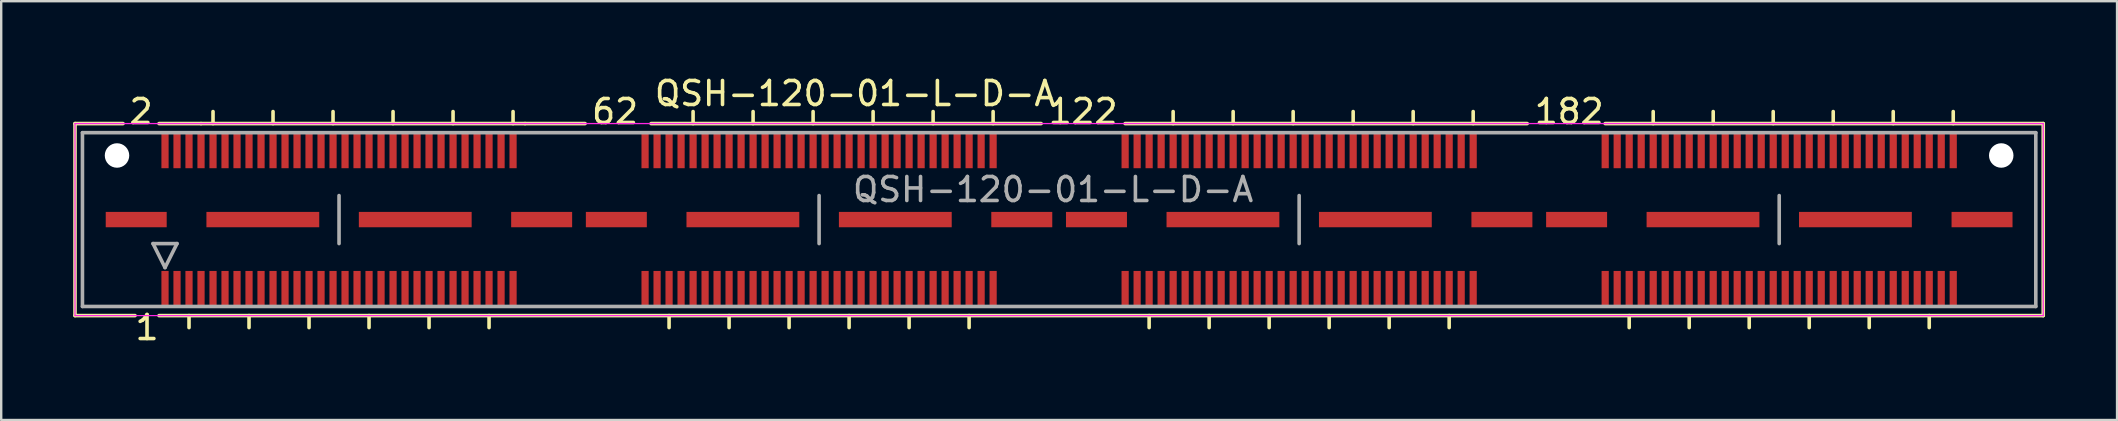
<source format=kicad_pcb>
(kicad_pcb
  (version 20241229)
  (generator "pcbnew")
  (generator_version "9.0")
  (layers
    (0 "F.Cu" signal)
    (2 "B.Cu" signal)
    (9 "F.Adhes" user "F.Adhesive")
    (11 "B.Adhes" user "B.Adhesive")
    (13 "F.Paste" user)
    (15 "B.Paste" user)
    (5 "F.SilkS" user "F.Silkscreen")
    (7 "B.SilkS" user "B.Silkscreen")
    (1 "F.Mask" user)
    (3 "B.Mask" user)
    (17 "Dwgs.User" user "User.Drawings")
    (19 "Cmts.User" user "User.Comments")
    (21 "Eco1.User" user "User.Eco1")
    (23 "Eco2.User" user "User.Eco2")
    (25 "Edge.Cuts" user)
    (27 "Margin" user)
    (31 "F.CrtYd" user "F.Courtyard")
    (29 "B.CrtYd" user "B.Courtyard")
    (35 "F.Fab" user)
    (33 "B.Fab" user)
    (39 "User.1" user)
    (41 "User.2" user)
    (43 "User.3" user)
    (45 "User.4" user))
  (footprint "QSH-120-01-L-D-A"
    (layer "F.Cu")
    (at 41.075 6.098)
    (property "Reference" "QSH-120-01-L-D-A" (at -8.5 -5.25 0) (layer "F.SilkS") (effects (font (size 1 1) (thickness 0.15))))
    (attr smd)
    (fp_line (start -41 -4) (end -41 4) (stroke (width 0.15) (type solid)) (layer "F.SilkS"))
    (fp_line (start -41 4) (end -38.5 4) (stroke (width 0.15) (type solid)) (layer "F.SilkS"))
    (fp_line (start -39 -4) (end -41 -4) (stroke (width 0.15) (type solid)) (layer "F.SilkS"))
    (fp_line (start -37.5 -4) (end -35.75 -4) (stroke (width 0.15) (type solid)) (layer "F.SilkS"))
    (fp_line (start -37.5 4) (end 41 4) (stroke (width 0.15) (type solid)) (layer "F.SilkS"))
    (fp_line (start -36.25 4) (end -36.25 4.5) (stroke (width 0.15) (type solid)) (layer "F.SilkS"))
    (fp_line (start -35.75 -4) (end -22.25 -4) (stroke (width 0.15) (type solid)) (layer "F.SilkS"))
    (fp_line (start -35.25 -4) (end -35.25 -4.5) (stroke (width 0.15) (type solid)) (layer "F.SilkS"))
    (fp_line (start -33.75 4) (end -33.75 4.5) (stroke (width 0.15) (type solid)) (layer "F.SilkS"))
    (fp_line (start -32.75 -4) (end -32.75 -4.5) (stroke (width 0.15) (type solid)) (layer "F.SilkS"))
    (fp_line (start -31.25 4) (end -31.25 4.5) (stroke (width 0.15) (type solid)) (layer "F.SilkS"))
    (fp_line (start -30.25 -4) (end -30.25 -4.5) (stroke (width 0.15) (type solid)) (layer "F.SilkS"))
    (fp_line (start -28.75 4) (end -28.75 4.5) (stroke (width 0.15) (type solid)) (layer "F.SilkS"))
    (fp_line (start -27.75 -4) (end -27.75 -4.5) (stroke (width 0.15) (type solid)) (layer "F.SilkS"))
    (fp_line (start -26.25 4) (end -26.25 4.5) (stroke (width 0.15) (type solid)) (layer "F.SilkS"))
    (fp_line (start -25.25 -4) (end -25.25 -4.5) (stroke (width 0.15) (type solid)) (layer "F.SilkS"))
    (fp_line (start -23.75 4) (end -23.75 4.5) (stroke (width 0.15) (type solid)) (layer "F.SilkS"))
    (fp_line (start -22.75 -4) (end -22.75 -4.5) (stroke (width 0.15) (type solid)) (layer "F.SilkS"))
    (fp_line (start -22.25 -4) (end -19.75 -4) (stroke (width 0.15) (type solid)) (layer "F.SilkS"))
    (fp_line (start -17 -4) (end -0.75 -4) (stroke (width 0.15) (type solid)) (layer "F.SilkS"))
    (fp_line (start -16.25 4) (end -16.25 4.5) (stroke (width 0.15) (type solid)) (layer "F.SilkS"))
    (fp_line (start -15.25 -4) (end -15.25 -4.5) (stroke (width 0.15) (type solid)) (layer "F.SilkS"))
    (fp_line (start -13.75 4) (end -13.75 4.5) (stroke (width 0.15) (type solid)) (layer "F.SilkS"))
    (fp_line (start -12.75 -4) (end -12.75 -4.5) (stroke (width 0.15) (type solid)) (layer "F.SilkS"))
    (fp_line (start -11.25 4) (end -11.25 4.5) (stroke (width 0.15) (type solid)) (layer "F.SilkS"))
    (fp_line (start -10.25 -4) (end -10.25 -4.5) (stroke (width 0.15) (type solid)) (layer "F.SilkS"))
    (fp_line (start -8.75 4) (end -8.75 4.5) (stroke (width 0.15) (type solid)) (layer "F.SilkS"))
    (fp_line (start -7.75 -4) (end -7.75 -4.5) (stroke (width 0.15) (type solid)) (layer "F.SilkS"))
    (fp_line (start -6.25 4) (end -6.25 4.5) (stroke (width 0.15) (type solid)) (layer "F.SilkS"))
    (fp_line (start -5.25 -4) (end -5.25 -4.5) (stroke (width 0.15) (type solid)) (layer "F.SilkS"))
    (fp_line (start -3.75 4.5) (end -3.75 4) (stroke (width 0.15) (type solid)) (layer "F.SilkS"))
    (fp_line (start -2.75 -4) (end -2.75 -4.5) (stroke (width 0.15) (type solid)) (layer "F.SilkS"))
    (fp_line (start 3.75 4) (end 3.75 4.5) (stroke (width 0.15) (type solid)) (layer "F.SilkS"))
    (fp_line (start 4.75 -4) (end 4.75 -4.5) (stroke (width 0.15) (type solid)) (layer "F.SilkS"))
    (fp_line (start 6.25 4) (end 6.25 4.5) (stroke (width 0.15) (type solid)) (layer "F.SilkS"))
    (fp_line (start 7.25 -4) (end 7.25 -4.5) (stroke (width 0.15) (type solid)) (layer "F.SilkS"))
    (fp_line (start 8.75 4) (end 8.75 4.5) (stroke (width 0.15) (type solid)) (layer "F.SilkS"))
    (fp_line (start 9.75 -4) (end 9.75 -4.5) (stroke (width 0.15) (type solid)) (layer "F.SilkS"))
    (fp_line (start 11.25 4) (end 11.25 4.5) (stroke (width 0.15) (type solid)) (layer "F.SilkS"))
    (fp_line (start 12.25 -4) (end 12.25 -4.5) (stroke (width 0.15) (type solid)) (layer "F.SilkS"))
    (fp_line (start 13.75 4) (end 13.75 4.5) (stroke (width 0.15) (type solid)) (layer "F.SilkS"))
    (fp_line (start 14.75 -4) (end 14.75 -4.5) (stroke (width 0.15) (type solid)) (layer "F.SilkS"))
    (fp_line (start 16.25 4) (end 16.25 4.5) (stroke (width 0.15) (type solid)) (layer "F.SilkS"))
    (fp_line (start 17.25 -4) (end 17.25 -4.5) (stroke (width 0.15) (type solid)) (layer "F.SilkS"))
    (fp_line (start 19.5 -4) (end 2.75 -4) (stroke (width 0.15) (type solid)) (layer "F.SilkS"))
    (fp_line (start 23.75 4) (end 23.75 4.5) (stroke (width 0.15) (type solid)) (layer "F.SilkS"))
    (fp_line (start 24.75 -4) (end 24.75 -4.5) (stroke (width 0.15) (type solid)) (layer "F.SilkS"))
    (fp_line (start 26.25 4) (end 26.25 4.5) (stroke (width 0.15) (type solid)) (layer "F.SilkS"))
    (fp_line (start 27.25 -4) (end 27.25 -4.5) (stroke (width 0.15) (type solid)) (layer "F.SilkS"))
    (fp_line (start 28.75 4) (end 28.75 4.5) (stroke (width 0.15) (type solid)) (layer "F.SilkS"))
    (fp_line (start 29.75 -4) (end 29.75 -4.5) (stroke (width 0.15) (type solid)) (layer "F.SilkS"))
    (fp_line (start 31.25 4) (end 31.25 4.5) (stroke (width 0.15) (type solid)) (layer "F.SilkS"))
    (fp_line (start 32.25 -4) (end 32.25 -4.5) (stroke (width 0.15) (type solid)) (layer "F.SilkS"))
    (fp_line (start 33.75 4) (end 33.75 4.5) (stroke (width 0.15) (type solid)) (layer "F.SilkS"))
    (fp_line (start 34.75 -4) (end 34.75 -4.5) (stroke (width 0.15) (type solid)) (layer "F.SilkS"))
    (fp_line (start 36.25 4) (end 36.25 4.5) (stroke (width 0.15) (type solid)) (layer "F.SilkS"))
    (fp_line (start 37.25 -4) (end 37.25 -4.5) (stroke (width 0.15) (type solid)) (layer "F.SilkS"))
    (fp_line (start 41 -4) (end 22.75 -4) (stroke (width 0.15) (type solid)) (layer "F.SilkS"))
    (fp_line (start 41 4) (end 41 -4) (stroke (width 0.15) (type solid)) (layer "F.SilkS"))
    (fp_line (start -41 -4) (end -41 4) (stroke (width 0.05) (type solid)) (layer "F.CrtYd"))
    (fp_line (start -41 -4) (end 41 -4) (stroke (width 0.05) (type solid)) (layer "F.CrtYd"))
    (fp_line (start 41 -4) (end 41 4) (stroke (width 0.05) (type solid)) (layer "F.CrtYd"))
    (fp_line (start 41 4) (end -41 4) (stroke (width 0.05) (type solid)) (layer "F.CrtYd"))
    (fp_line (start -40.69 -3.62) (end -40.69 3.62) (stroke (width 0.15) (type solid)) (layer "F.Fab"))
    (fp_line (start -40.69 3.62) (end 40.69 3.62) (stroke (width 0.15) (type solid)) (layer "F.Fab"))
    (fp_line (start -37.75 1) (end -36.75 1) (stroke (width 0.15) (type solid)) (layer "F.Fab"))
    (fp_line (start -37.25 2) (end -37.75 1) (stroke (width 0.15) (type solid)) (layer "F.Fab"))
    (fp_line (start -36.75 1) (end -37.25 2) (stroke (width 0.15) (type solid)) (layer "F.Fab"))
    (fp_line (start -30 -1) (end -30 1) (stroke (width 0.15) (type solid)) (layer "F.Fab"))
    (fp_line (start -10 -1) (end -10 1) (stroke (width 0.15) (type solid)) (layer "F.Fab"))
    (fp_line (start 10 -1) (end 10 1) (stroke (width 0.15) (type solid)) (layer "F.Fab"))
    (fp_line (start 30 -1) (end 30 1) (stroke (width 0.15) (type solid)) (layer "F.Fab"))
    (fp_line (start 40.69 -3.62) (end -40.69 -3.62) (stroke (width 0.15) (type solid)) (layer "F.Fab"))
    (fp_line (start 40.69 3.62) (end 40.69 -3.62) (stroke (width 0.15) (type solid)) (layer "F.Fab"))
    (fp_text user "1" (at -38 4.5 0) (layer "F.SilkS") (effects (font (size 1 1) (thickness 0.15))))
    (fp_text user "2" (at -38.25 -4.5 0) (layer "F.SilkS") (effects (font (size 1 1) (thickness 0.15))))
    (fp_text user "122" (at 1 -4.5 0) (layer "F.SilkS") (effects (font (size 1 1) (thickness 0.15))))
    (fp_text user "182" (at 21.25 -4.5 0) (layer "F.SilkS") (effects (font (size 1 1) (thickness 0.15))))
    (fp_text user "62" (at -18.5 -4.5 0) (layer "F.SilkS") (effects (font (size 1 1) (thickness 0.15))))
    (fp_text user "${REFERENCE}" (at -0.25 -1.25 0) (layer "F.Fab") (effects (font (size 1 1) (thickness 0.15))))
    (pad "" np_thru_hole circle (at -39.25 -2.67) (size 1.02 1.02) (drill 1.02) (layers "*.Cu" "*.Mask"))
    (pad "" np_thru_hole circle (at 39.25 -2.67) (size 1.02 1.02) (drill 1.02) (layers "*.Cu" "*.Mask"))
    (pad "1" smd rect (at -37.25 2.865) (size 0.3 1.45) (layers "F.Cu" "F.Mask" "F.Paste"))
    (pad "2" smd rect (at -37.25 -2.865) (size 0.3 1.45) (layers "F.Cu" "F.Mask" "F.Paste"))
    (pad "3" smd rect (at -36.75 2.865) (size 0.3 1.45) (layers "F.Cu" "F.Mask" "F.Paste"))
    (pad "4" smd rect (at -36.75 -2.865) (size 0.3 1.45) (layers "F.Cu" "F.Mask" "F.Paste"))
    (pad "5" smd rect (at -36.25 2.865) (size 0.3 1.45) (layers "F.Cu" "F.Mask" "F.Paste"))
    (pad "6" smd rect (at -36.25 -2.865) (size 0.3 1.45) (layers "F.Cu" "F.Mask" "F.Paste"))
    (pad "7" smd rect (at -35.75 2.865) (size 0.3 1.45) (layers "F.Cu" "F.Mask" "F.Paste"))
    (pad "8" smd rect (at -35.75 -2.865) (size 0.3 1.45) (layers "F.Cu" "F.Mask" "F.Paste"))
    (pad "9" smd rect (at -35.25 2.865) (size 0.3 1.45) (layers "F.Cu" "F.Mask" "F.Paste"))
    (pad "10" smd rect (at -35.25 -2.865) (size 0.3 1.45) (layers "F.Cu" "F.Mask" "F.Paste"))
    (pad "11" smd rect (at -34.75 2.865) (size 0.3 1.45) (layers "F.Cu" "F.Mask" "F.Paste"))
    (pad "12" smd rect (at -34.75 -2.865) (size 0.3 1.45) (layers "F.Cu" "F.Mask" "F.Paste"))
    (pad "13" smd rect (at -34.25 2.865) (size 0.3 1.45) (layers "F.Cu" "F.Mask" "F.Paste"))
    (pad "14" smd rect (at -34.25 -2.865) (size 0.3 1.45) (layers "F.Cu" "F.Mask" "F.Paste"))
    (pad "15" smd rect (at -33.75 2.865) (size 0.3 1.45) (layers "F.Cu" "F.Mask" "F.Paste"))
    (pad "16" smd rect (at -33.75 -2.865) (size 0.3 1.45) (layers "F.Cu" "F.Mask" "F.Paste"))
    (pad "17" smd rect (at -33.25 2.865) (size 0.3 1.45) (layers "F.Cu" "F.Mask" "F.Paste"))
    (pad "18" smd rect (at -33.25 -2.865) (size 0.3 1.45) (layers "F.Cu" "F.Mask" "F.Paste"))
    (pad "19" smd rect (at -32.75 2.865) (size 0.3 1.45) (layers "F.Cu" "F.Mask" "F.Paste"))
    (pad "20" smd rect (at -32.75 -2.865) (size 0.3 1.45) (layers "F.Cu" "F.Mask" "F.Paste"))
    (pad "21" smd rect (at -32.25 2.865) (size 0.3 1.45) (layers "F.Cu" "F.Mask" "F.Paste"))
    (pad "22" smd rect (at -32.25 -2.865) (size 0.3 1.45) (layers "F.Cu" "F.Mask" "F.Paste"))
    (pad "23" smd rect (at -31.75 2.865) (size 0.3 1.45) (layers "F.Cu" "F.Mask" "F.Paste"))
    (pad "24" smd rect (at -31.75 -2.865) (size 0.3 1.45) (layers "F.Cu" "F.Mask" "F.Paste"))
    (pad "25" smd rect (at -31.25 2.865) (size 0.3 1.45) (layers "F.Cu" "F.Mask" "F.Paste"))
    (pad "26" smd rect (at -31.25 -2.865) (size 0.3 1.45) (layers "F.Cu" "F.Mask" "F.Paste"))
    (pad "27" smd rect (at -30.75 2.865) (size 0.3 1.45) (layers "F.Cu" "F.Mask" "F.Paste"))
    (pad "28" smd rect (at -30.75 -2.865) (size 0.3 1.45) (layers "F.Cu" "F.Mask" "F.Paste"))
    (pad "29" smd rect (at -30.25 2.865) (size 0.3 1.45) (layers "F.Cu" "F.Mask" "F.Paste"))
    (pad "30" smd rect (at -30.25 -2.865) (size 0.3 1.45) (layers "F.Cu" "F.Mask" "F.Paste"))
    (pad "31" smd rect (at -29.75 2.865) (size 0.3 1.45) (layers "F.Cu" "F.Mask" "F.Paste"))
    (pad "32" smd rect (at -29.75 -2.865) (size 0.3 1.45) (layers "F.Cu" "F.Mask" "F.Paste"))
    (pad "33" smd rect (at -29.25 2.865) (size 0.3 1.45) (layers "F.Cu" "F.Mask" "F.Paste"))
    (pad "34" smd rect (at -29.25 -2.865) (size 0.3 1.45) (layers "F.Cu" "F.Mask" "F.Paste"))
    (pad "35" smd rect (at -28.75 2.865) (size 0.3 1.45) (layers "F.Cu" "F.Mask" "F.Paste"))
    (pad "36" smd rect (at -28.75 -2.865) (size 0.3 1.45) (layers "F.Cu" "F.Mask" "F.Paste"))
    (pad "37" smd rect (at -28.25 2.865) (size 0.3 1.45) (layers "F.Cu" "F.Mask" "F.Paste"))
    (pad "38" smd rect (at -28.25 -2.865) (size 0.3 1.45) (layers "F.Cu" "F.Mask" "F.Paste"))
    (pad "39" smd rect (at -27.75 2.865) (size 0.3 1.45) (layers "F.Cu" "F.Mask" "F.Paste"))
    (pad "40" smd rect (at -27.75 -2.865) (size 0.3 1.45) (layers "F.Cu" "F.Mask" "F.Paste"))
    (pad "41" smd rect (at -27.25 2.865) (size 0.3 1.45) (layers "F.Cu" "F.Mask" "F.Paste"))
    (pad "42" smd rect (at -27.25 -2.865) (size 0.3 1.45) (layers "F.Cu" "F.Mask" "F.Paste"))
    (pad "43" smd rect (at -26.75 2.865) (size 0.3 1.45) (layers "F.Cu" "F.Mask" "F.Paste"))
    (pad "44" smd rect (at -26.75 -2.865) (size 0.3 1.45) (layers "F.Cu" "F.Mask" "F.Paste"))
    (pad "45" smd rect (at -26.25 2.865) (size 0.3 1.45) (layers "F.Cu" "F.Mask" "F.Paste"))
    (pad "46" smd rect (at -26.25 -2.865) (size 0.3 1.45) (layers "F.Cu" "F.Mask" "F.Paste"))
    (pad "47" smd rect (at -25.75 2.865) (size 0.3 1.45) (layers "F.Cu" "F.Mask" "F.Paste"))
    (pad "48" smd rect (at -25.75 -2.865) (size 0.3 1.45) (layers "F.Cu" "F.Mask" "F.Paste"))
    (pad "49" smd rect (at -25.25 2.865) (size 0.3 1.45) (layers "F.Cu" "F.Mask" "F.Paste"))
    (pad "50" smd rect (at -25.25 -2.865) (size 0.3 1.45) (layers "F.Cu" "F.Mask" "F.Paste"))
    (pad "51" smd rect (at -24.75 2.865) (size 0.3 1.45) (layers "F.Cu" "F.Mask" "F.Paste"))
    (pad "52" smd rect (at -24.75 -2.865) (size 0.3 1.45) (layers "F.Cu" "F.Mask" "F.Paste"))
    (pad "53" smd rect (at -24.25 2.865) (size 0.3 1.45) (layers "F.Cu" "F.Mask" "F.Paste"))
    (pad "54" smd rect (at -24.25 -2.865) (size 0.3 1.45) (layers "F.Cu" "F.Mask" "F.Paste"))
    (pad "55" smd rect (at -23.75 2.865) (size 0.3 1.45) (layers "F.Cu" "F.Mask" "F.Paste"))
    (pad "56" smd rect (at -23.75 -2.865) (size 0.3 1.45) (layers "F.Cu" "F.Mask" "F.Paste"))
    (pad "57" smd rect (at -23.25 2.865) (size 0.3 1.45) (layers "F.Cu" "F.Mask" "F.Paste"))
    (pad "58" smd rect (at -23.25 -2.865) (size 0.3 1.45) (layers "F.Cu" "F.Mask" "F.Paste"))
    (pad "59" smd rect (at -22.75 2.865) (size 0.3 1.45) (layers "F.Cu" "F.Mask" "F.Paste"))
    (pad "60" smd rect (at -22.75 -2.865) (size 0.3 1.45) (layers "F.Cu" "F.Mask" "F.Paste"))
    (pad "61" smd rect (at -17.25 2.865) (size 0.3 1.45) (layers "F.Cu" "F.Mask" "F.Paste"))
    (pad "62" smd rect (at -17.25 -2.865) (size 0.3 1.45) (layers "F.Cu" "F.Mask" "F.Paste"))
    (pad "63" smd rect (at -16.75 2.865) (size 0.3 1.45) (layers "F.Cu" "F.Mask" "F.Paste"))
    (pad "64" smd rect (at -16.75 -2.865) (size 0.3 1.45) (layers "F.Cu" "F.Mask" "F.Paste"))
    (pad "65" smd rect (at -16.25 2.865) (size 0.3 1.45) (layers "F.Cu" "F.Mask" "F.Paste"))
    (pad "66" smd rect (at -16.25 -2.865) (size 0.3 1.45) (layers "F.Cu" "F.Mask" "F.Paste"))
    (pad "67" smd rect (at -15.75 2.865) (size 0.3 1.45) (layers "F.Cu" "F.Mask" "F.Paste"))
    (pad "68" smd rect (at -15.75 -2.865) (size 0.3 1.45) (layers "F.Cu" "F.Mask" "F.Paste"))
    (pad "69" smd rect (at -15.25 2.865) (size 0.3 1.45) (layers "F.Cu" "F.Mask" "F.Paste"))
    (pad "70" smd rect (at -15.25 -2.865) (size 0.3 1.45) (layers "F.Cu" "F.Mask" "F.Paste"))
    (pad "71" smd rect (at -14.75 2.865) (size 0.3 1.45) (layers "F.Cu" "F.Mask" "F.Paste"))
    (pad "72" smd rect (at -14.75 -2.865) (size 0.3 1.45) (layers "F.Cu" "F.Mask" "F.Paste"))
    (pad "73" smd rect (at -14.25 2.865) (size 0.3 1.45) (layers "F.Cu" "F.Mask" "F.Paste"))
    (pad "74" smd rect (at -14.25 -2.865) (size 0.3 1.45) (layers "F.Cu" "F.Mask" "F.Paste"))
    (pad "75" smd rect (at -13.75 2.865) (size 0.3 1.45) (layers "F.Cu" "F.Mask" "F.Paste"))
    (pad "76" smd rect (at -13.75 -2.865) (size 0.3 1.45) (layers "F.Cu" "F.Mask" "F.Paste"))
    (pad "77" smd rect (at -13.25 2.865) (size 0.3 1.45) (layers "F.Cu" "F.Mask" "F.Paste"))
    (pad "78" smd rect (at -13.25 -2.865) (size 0.3 1.45) (layers "F.Cu" "F.Mask" "F.Paste"))
    (pad "79" smd rect (at -12.75 2.865) (size 0.3 1.45) (layers "F.Cu" "F.Mask" "F.Paste"))
    (pad "80" smd rect (at -12.75 -2.865) (size 0.3 1.45) (layers "F.Cu" "F.Mask" "F.Paste"))
    (pad "81" smd rect (at -12.25 2.865) (size 0.3 1.45) (layers "F.Cu" "F.Mask" "F.Paste"))
    (pad "82" smd rect (at -12.25 -2.865) (size 0.3 1.45) (layers "F.Cu" "F.Mask" "F.Paste"))
    (pad "83" smd rect (at -11.75 2.865) (size 0.3 1.45) (layers "F.Cu" "F.Mask" "F.Paste"))
    (pad "84" smd rect (at -11.75 -2.865) (size 0.3 1.45) (layers "F.Cu" "F.Mask" "F.Paste"))
    (pad "85" smd rect (at -11.25 2.865) (size 0.3 1.45) (layers "F.Cu" "F.Mask" "F.Paste"))
    (pad "86" smd rect (at -11.25 -2.865) (size 0.3 1.45) (layers "F.Cu" "F.Mask" "F.Paste"))
    (pad "87" smd rect (at -10.75 2.865) (size 0.3 1.45) (layers "F.Cu" "F.Mask" "F.Paste"))
    (pad "88" smd rect (at -10.75 -2.865) (size 0.3 1.45) (layers "F.Cu" "F.Mask" "F.Paste"))
    (pad "89" smd rect (at -10.25 2.865) (size 0.3 1.45) (layers "F.Cu" "F.Mask" "F.Paste"))
    (pad "90" smd rect (at -10.25 -2.865) (size 0.3 1.45) (layers "F.Cu" "F.Mask" "F.Paste"))
    (pad "91" smd rect (at -9.75 2.865) (size 0.3 1.45) (layers "F.Cu" "F.Mask" "F.Paste"))
    (pad "92" smd rect (at -9.75 -2.865) (size 0.3 1.45) (layers "F.Cu" "F.Mask" "F.Paste"))
    (pad "93" smd rect (at -9.25 2.865) (size 0.3 1.45) (layers "F.Cu" "F.Mask" "F.Paste"))
    (pad "94" smd rect (at -9.25 -2.865) (size 0.3 1.45) (layers "F.Cu" "F.Mask" "F.Paste"))
    (pad "95" smd rect (at -8.75 2.865) (size 0.3 1.45) (layers "F.Cu" "F.Mask" "F.Paste"))
    (pad "96" smd rect (at -8.75 -2.865) (size 0.3 1.45) (layers "F.Cu" "F.Mask" "F.Paste"))
    (pad "97" smd rect (at -8.25 2.865) (size 0.3 1.45) (layers "F.Cu" "F.Mask" "F.Paste"))
    (pad "98" smd rect (at -8.25 -2.865) (size 0.3 1.45) (layers "F.Cu" "F.Mask" "F.Paste"))
    (pad "99" smd rect (at -7.75 2.865) (size 0.3 1.45) (layers "F.Cu" "F.Mask" "F.Paste"))
    (pad "100" smd rect (at -7.75 -2.865) (size 0.3 1.45) (layers "F.Cu" "F.Mask" "F.Paste"))
    (pad "101" smd rect (at -7.25 2.865) (size 0.3 1.45) (layers "F.Cu" "F.Mask" "F.Paste"))
    (pad "102" smd rect (at -7.25 -2.865) (size 0.3 1.45) (layers "F.Cu" "F.Mask" "F.Paste"))
    (pad "103" smd rect (at -6.75 2.865) (size 0.3 1.45) (layers "F.Cu" "F.Mask" "F.Paste"))
    (pad "104" smd rect (at -6.75 -2.865) (size 0.3 1.45) (layers "F.Cu" "F.Mask" "F.Paste"))
    (pad "105" smd rect (at -6.25 2.865) (size 0.3 1.45) (layers "F.Cu" "F.Mask" "F.Paste"))
    (pad "106" smd rect (at -6.25 -2.865) (size 0.3 1.45) (layers "F.Cu" "F.Mask" "F.Paste"))
    (pad "107" smd rect (at -5.75 2.865) (size 0.3 1.45) (layers "F.Cu" "F.Mask" "F.Paste"))
    (pad "108" smd rect (at -5.75 -2.865) (size 0.3 1.45) (layers "F.Cu" "F.Mask" "F.Paste"))
    (pad "109" smd rect (at -5.25 2.865) (size 0.3 1.45) (layers "F.Cu" "F.Mask" "F.Paste"))
    (pad "110" smd rect (at -5.25 -2.865) (size 0.3 1.45) (layers "F.Cu" "F.Mask" "F.Paste"))
    (pad "111" smd rect (at -4.75 2.865) (size 0.3 1.45) (layers "F.Cu" "F.Mask" "F.Paste"))
    (pad "112" smd rect (at -4.75 -2.865) (size 0.3 1.45) (layers "F.Cu" "F.Mask" "F.Paste"))
    (pad "113" smd rect (at -4.25 2.865) (size 0.3 1.45) (layers "F.Cu" "F.Mask" "F.Paste"))
    (pad "114" smd rect (at -4.25 -2.865) (size 0.3 1.45) (layers "F.Cu" "F.Mask" "F.Paste"))
    (pad "115" smd rect (at -3.75 2.865) (size 0.3 1.45) (layers "F.Cu" "F.Mask" "F.Paste"))
    (pad "116" smd rect (at -3.75 -2.865) (size 0.3 1.45) (layers "F.Cu" "F.Mask" "F.Paste"))
    (pad "117" smd rect (at -3.25 2.865) (size 0.3 1.45) (layers "F.Cu" "F.Mask" "F.Paste"))
    (pad "118" smd rect (at -3.25 -2.865) (size 0.3 1.45) (layers "F.Cu" "F.Mask" "F.Paste"))
    (pad "119" smd rect (at -2.75 2.865) (size 0.3 1.45) (layers "F.Cu" "F.Mask" "F.Paste"))
    (pad "120" smd rect (at -2.75 -2.865) (size 0.3 1.45) (layers "F.Cu" "F.Mask" "F.Paste"))
    (pad "121" smd rect (at 2.75 2.865) (size 0.3 1.45) (layers "F.Cu" "F.Mask" "F.Paste"))
    (pad "122" smd rect (at 2.75 -2.865) (size 0.3 1.45) (layers "F.Cu" "F.Mask" "F.Paste"))
    (pad "123" smd rect (at 3.25 2.865) (size 0.3 1.45) (layers "F.Cu" "F.Mask" "F.Paste"))
    (pad "124" smd rect (at 3.25 -2.865) (size 0.3 1.45) (layers "F.Cu" "F.Mask" "F.Paste"))
    (pad "125" smd rect (at 3.75 2.865) (size 0.3 1.45) (layers "F.Cu" "F.Mask" "F.Paste"))
    (pad "126" smd rect (at 3.75 -2.865) (size 0.3 1.45) (layers "F.Cu" "F.Mask" "F.Paste"))
    (pad "127" smd rect (at 4.25 2.865) (size 0.3 1.45) (layers "F.Cu" "F.Mask" "F.Paste"))
    (pad "128" smd rect (at 4.25 -2.865) (size 0.3 1.45) (layers "F.Cu" "F.Mask" "F.Paste"))
    (pad "129" smd rect (at 4.75 2.865) (size 0.3 1.45) (layers "F.Cu" "F.Mask" "F.Paste"))
    (pad "130" smd rect (at 4.75 -2.865) (size 0.3 1.45) (layers "F.Cu" "F.Mask" "F.Paste"))
    (pad "131" smd rect (at 5.25 2.865) (size 0.3 1.45) (layers "F.Cu" "F.Mask" "F.Paste"))
    (pad "132" smd rect (at 5.25 -2.865) (size 0.3 1.45) (layers "F.Cu" "F.Mask" "F.Paste"))
    (pad "133" smd rect (at 5.75 2.865) (size 0.3 1.45) (layers "F.Cu" "F.Mask" "F.Paste"))
    (pad "134" smd rect (at 5.75 -2.865) (size 0.3 1.45) (layers "F.Cu" "F.Mask" "F.Paste"))
    (pad "135" smd rect (at 6.25 2.865) (size 0.3 1.45) (layers "F.Cu" "F.Mask" "F.Paste"))
    (pad "136" smd rect (at 6.25 -2.865) (size 0.3 1.45) (layers "F.Cu" "F.Mask" "F.Paste"))
    (pad "137" smd rect (at 6.75 2.865) (size 0.3 1.45) (layers "F.Cu" "F.Mask" "F.Paste"))
    (pad "138" smd rect (at 6.75 -2.865) (size 0.3 1.45) (layers "F.Cu" "F.Mask" "F.Paste"))
    (pad "139" smd rect (at 7.25 2.865) (size 0.3 1.45) (layers "F.Cu" "F.Mask" "F.Paste"))
    (pad "140" smd rect (at 7.25 -2.865) (size 0.3 1.45) (layers "F.Cu" "F.Mask" "F.Paste"))
    (pad "141" smd rect (at 7.75 2.865) (size 0.3 1.45) (layers "F.Cu" "F.Mask" "F.Paste"))
    (pad "142" smd rect (at 7.75 -2.865) (size 0.3 1.45) (layers "F.Cu" "F.Mask" "F.Paste"))
    (pad "143" smd rect (at 8.25 2.865) (size 0.3 1.45) (layers "F.Cu" "F.Mask" "F.Paste"))
    (pad "144" smd rect (at 8.25 -2.865) (size 0.3 1.45) (layers "F.Cu" "F.Mask" "F.Paste"))
    (pad "145" smd rect (at 8.75 2.865) (size 0.3 1.45) (layers "F.Cu" "F.Mask" "F.Paste"))
    (pad "146" smd rect (at 8.75 -2.865) (size 0.3 1.45) (layers "F.Cu" "F.Mask" "F.Paste"))
    (pad "147" smd rect (at 9.25 2.865) (size 0.3 1.45) (layers "F.Cu" "F.Mask" "F.Paste"))
    (pad "148" smd rect (at 9.25 -2.865) (size 0.3 1.45) (layers "F.Cu" "F.Mask" "F.Paste"))
    (pad "149" smd rect (at 9.75 2.865) (size 0.3 1.45) (layers "F.Cu" "F.Mask" "F.Paste"))
    (pad "150" smd rect (at 9.75 -2.865) (size 0.3 1.45) (layers "F.Cu" "F.Mask" "F.Paste"))
    (pad "151" smd rect (at 10.25 2.865) (size 0.3 1.45) (layers "F.Cu" "F.Mask" "F.Paste"))
    (pad "152" smd rect (at 10.25 -2.865) (size 0.3 1.45) (layers "F.Cu" "F.Mask" "F.Paste"))
    (pad "153" smd rect (at 10.75 2.865) (size 0.3 1.45) (layers "F.Cu" "F.Mask" "F.Paste"))
    (pad "154" smd rect (at 10.75 -2.865) (size 0.3 1.45) (layers "F.Cu" "F.Mask" "F.Paste"))
    (pad "155" smd rect (at 11.25 2.865) (size 0.3 1.45) (layers "F.Cu" "F.Mask" "F.Paste"))
    (pad "156" smd rect (at 11.25 -2.865) (size 0.3 1.45) (layers "F.Cu" "F.Mask" "F.Paste"))
    (pad "157" smd rect (at 11.75 2.865) (size 0.3 1.45) (layers "F.Cu" "F.Mask" "F.Paste"))
    (pad "158" smd rect (at 11.75 -2.865) (size 0.3 1.45) (layers "F.Cu" "F.Mask" "F.Paste"))
    (pad "159" smd rect (at 12.25 2.865) (size 0.3 1.45) (layers "F.Cu" "F.Mask" "F.Paste"))
    (pad "160" smd rect (at 12.25 -2.865) (size 0.3 1.45) (layers "F.Cu" "F.Mask" "F.Paste"))
    (pad "161" smd rect (at 12.75 2.865) (size 0.3 1.45) (layers "F.Cu" "F.Mask" "F.Paste"))
    (pad "162" smd rect (at 12.75 -2.865) (size 0.3 1.45) (layers "F.Cu" "F.Mask" "F.Paste"))
    (pad "163" smd rect (at 13.25 2.865) (size 0.3 1.45) (layers "F.Cu" "F.Mask" "F.Paste"))
    (pad "164" smd rect (at 13.25 -2.865) (size 0.3 1.45) (layers "F.Cu" "F.Mask" "F.Paste"))
    (pad "165" smd rect (at 13.75 2.865) (size 0.3 1.45) (layers "F.Cu" "F.Mask" "F.Paste"))
    (pad "166" smd rect (at 13.75 -2.865) (size 0.3 1.45) (layers "F.Cu" "F.Mask" "F.Paste"))
    (pad "167" smd rect (at 14.25 2.865) (size 0.3 1.45) (layers "F.Cu" "F.Mask" "F.Paste"))
    (pad "168" smd rect (at 14.25 -2.865) (size 0.3 1.45) (layers "F.Cu" "F.Mask" "F.Paste"))
    (pad "169" smd rect (at 14.75 2.865) (size 0.3 1.45) (layers "F.Cu" "F.Mask" "F.Paste"))
    (pad "170" smd rect (at 14.75 -2.865) (size 0.3 1.45) (layers "F.Cu" "F.Mask" "F.Paste"))
    (pad "171" smd rect (at 15.25 2.865) (size 0.3 1.45) (layers "F.Cu" "F.Mask" "F.Paste"))
    (pad "172" smd rect (at 15.25 -2.865) (size 0.3 1.45) (layers "F.Cu" "F.Mask" "F.Paste"))
    (pad "173" smd rect (at 15.75 2.865) (size 0.3 1.45) (layers "F.Cu" "F.Mask" "F.Paste"))
    (pad "174" smd rect (at 15.75 -2.865) (size 0.3 1.45) (layers "F.Cu" "F.Mask" "F.Paste"))
    (pad "175" smd rect (at 16.25 2.865) (size 0.3 1.45) (layers "F.Cu" "F.Mask" "F.Paste"))
    (pad "176" smd rect (at 16.25 -2.865) (size 0.3 1.45) (layers "F.Cu" "F.Mask" "F.Paste"))
    (pad "177" smd rect (at 16.75 2.865) (size 0.3 1.45) (layers "F.Cu" "F.Mask" "F.Paste"))
    (pad "178" smd rect (at 16.75 -2.865) (size 0.3 1.45) (layers "F.Cu" "F.Mask" "F.Paste"))
    (pad "179" smd rect (at 17.25 2.865) (size 0.3 1.45) (layers "F.Cu" "F.Mask" "F.Paste"))
    (pad "180" smd rect (at 17.25 -2.865) (size 0.3 1.45) (layers "F.Cu" "F.Mask" "F.Paste"))
    (pad "181" smd rect (at 22.75 2.865) (size 0.3 1.45) (layers "F.Cu" "F.Mask" "F.Paste"))
    (pad "182" smd rect (at 22.75 -2.865) (size 0.3 1.45) (layers "F.Cu" "F.Mask" "F.Paste"))
    (pad "183" smd rect (at 23.25 2.865) (size 0.3 1.45) (layers "F.Cu" "F.Mask" "F.Paste"))
    (pad "184" smd rect (at 23.25 -2.865) (size 0.3 1.45) (layers "F.Cu" "F.Mask" "F.Paste"))
    (pad "185" smd rect (at 23.75 2.865) (size 0.3 1.45) (layers "F.Cu" "F.Mask" "F.Paste"))
    (pad "186" smd rect (at 23.75 -2.865) (size 0.3 1.45) (layers "F.Cu" "F.Mask" "F.Paste"))
    (pad "187" smd rect (at 24.25 2.865) (size 0.3 1.45) (layers "F.Cu" "F.Mask" "F.Paste"))
    (pad "188" smd rect (at 24.25 -2.865) (size 0.3 1.45) (layers "F.Cu" "F.Mask" "F.Paste"))
    (pad "189" smd rect (at 24.75 2.865) (size 0.3 1.45) (layers "F.Cu" "F.Mask" "F.Paste"))
    (pad "190" smd rect (at 24.75 -2.865) (size 0.3 1.45) (layers "F.Cu" "F.Mask" "F.Paste"))
    (pad "191" smd rect (at 25.25 2.865) (size 0.3 1.45) (layers "F.Cu" "F.Mask" "F.Paste"))
    (pad "192" smd rect (at 25.25 -2.865) (size 0.3 1.45) (layers "F.Cu" "F.Mask" "F.Paste"))
    (pad "193" smd rect (at 25.75 2.865) (size 0.3 1.45) (layers "F.Cu" "F.Mask" "F.Paste"))
    (pad "194" smd rect (at 25.75 -2.865) (size 0.3 1.45) (layers "F.Cu" "F.Mask" "F.Paste"))
    (pad "195" smd rect (at 26.25 2.865) (size 0.3 1.45) (layers "F.Cu" "F.Mask" "F.Paste"))
    (pad "196" smd rect (at 26.25 -2.865) (size 0.3 1.45) (layers "F.Cu" "F.Mask" "F.Paste"))
    (pad "197" smd rect (at 26.75 2.865) (size 0.3 1.45) (layers "F.Cu" "F.Mask" "F.Paste"))
    (pad "198" smd rect (at 26.75 -2.865) (size 0.3 1.45) (layers "F.Cu" "F.Mask" "F.Paste"))
    (pad "199" smd rect (at 27.25 2.865) (size 0.3 1.45) (layers "F.Cu" "F.Mask" "F.Paste"))
    (pad "200" smd rect (at 27.25 -2.865) (size 0.3 1.45) (layers "F.Cu" "F.Mask" "F.Paste"))
    (pad "201" smd rect (at 27.75 2.865) (size 0.3 1.45) (layers "F.Cu" "F.Mask" "F.Paste"))
    (pad "202" smd rect (at 27.75 -2.865) (size 0.3 1.45) (layers "F.Cu" "F.Mask" "F.Paste"))
    (pad "203" smd rect (at 28.25 2.865) (size 0.3 1.45) (layers "F.Cu" "F.Mask" "F.Paste"))
    (pad "204" smd rect (at 28.25 -2.865) (size 0.3 1.45) (layers "F.Cu" "F.Mask" "F.Paste"))
    (pad "205" smd rect (at 28.75 2.865) (size 0.3 1.45) (layers "F.Cu" "F.Mask" "F.Paste"))
    (pad "206" smd rect (at 28.75 -2.865) (size 0.3 1.45) (layers "F.Cu" "F.Mask" "F.Paste"))
    (pad "207" smd rect (at 29.25 2.865) (size 0.3 1.45) (layers "F.Cu" "F.Mask" "F.Paste"))
    (pad "208" smd rect (at 29.25 -2.865) (size 0.3 1.45) (layers "F.Cu" "F.Mask" "F.Paste"))
    (pad "209" smd rect (at 29.75 2.865) (size 0.3 1.45) (layers "F.Cu" "F.Mask" "F.Paste"))
    (pad "210" smd rect (at 29.75 -2.865) (size 0.3 1.45) (layers "F.Cu" "F.Mask" "F.Paste"))
    (pad "211" smd rect (at 30.25 2.865) (size 0.3 1.45) (layers "F.Cu" "F.Mask" "F.Paste"))
    (pad "212" smd rect (at 30.25 -2.865) (size 0.3 1.45) (layers "F.Cu" "F.Mask" "F.Paste"))
    (pad "213" smd rect (at 30.75 2.865) (size 0.3 1.45) (layers "F.Cu" "F.Mask" "F.Paste"))
    (pad "214" smd rect (at 30.75 -2.865) (size 0.3 1.45) (layers "F.Cu" "F.Mask" "F.Paste"))
    (pad "215" smd rect (at 31.25 2.865) (size 0.3 1.45) (layers "F.Cu" "F.Mask" "F.Paste"))
    (pad "216" smd rect (at 31.25 -2.865) (size 0.3 1.45) (layers "F.Cu" "F.Mask" "F.Paste"))
    (pad "217" smd rect (at 31.75 2.865) (size 0.3 1.45) (layers "F.Cu" "F.Mask" "F.Paste"))
    (pad "218" smd rect (at 31.75 -2.865) (size 0.3 1.45) (layers "F.Cu" "F.Mask" "F.Paste"))
    (pad "219" smd rect (at 32.25 2.865) (size 0.3 1.45) (layers "F.Cu" "F.Mask" "F.Paste"))
    (pad "220" smd rect (at 32.25 -2.865) (size 0.3 1.45) (layers "F.Cu" "F.Mask" "F.Paste"))
    (pad "221" smd rect (at 32.75 2.865) (size 0.3 1.45) (layers "F.Cu" "F.Mask" "F.Paste"))
    (pad "222" smd rect (at 32.75 -2.865) (size 0.3 1.45) (layers "F.Cu" "F.Mask" "F.Paste"))
    (pad "223" smd rect (at 33.25 2.865) (size 0.3 1.45) (layers "F.Cu" "F.Mask" "F.Paste"))
    (pad "224" smd rect (at 33.25 -2.865) (size 0.3 1.45) (layers "F.Cu" "F.Mask" "F.Paste"))
    (pad "225" smd rect (at 33.75 2.865) (size 0.3 1.45) (layers "F.Cu" "F.Mask" "F.Paste"))
    (pad "226" smd rect (at 33.75 -2.865) (size 0.3 1.45) (layers "F.Cu" "F.Mask" "F.Paste"))
    (pad "227" smd rect (at 34.25 2.865) (size 0.3 1.45) (layers "F.Cu" "F.Mask" "F.Paste"))
    (pad "228" smd rect (at 34.25 -2.865) (size 0.3 1.45) (layers "F.Cu" "F.Mask" "F.Paste"))
    (pad "229" smd rect (at 34.75 2.865) (size 0.3 1.45) (layers "F.Cu" "F.Mask" "F.Paste"))
    (pad "230" smd rect (at 34.75 -2.865) (size 0.3 1.45) (layers "F.Cu" "F.Mask" "F.Paste"))
    (pad "231" smd rect (at 35.25 2.865) (size 0.3 1.45) (layers "F.Cu" "F.Mask" "F.Paste"))
    (pad "232" smd rect (at 35.25 -2.865) (size 0.3 1.45) (layers "F.Cu" "F.Mask" "F.Paste"))
    (pad "233" smd rect (at 35.75 2.865) (size 0.3 1.45) (layers "F.Cu" "F.Mask" "F.Paste"))
    (pad "234" smd rect (at 35.75 -2.865) (size 0.3 1.45) (layers "F.Cu" "F.Mask" "F.Paste"))
    (pad "235" smd rect (at 36.25 2.865) (size 0.3 1.45) (layers "F.Cu" "F.Mask" "F.Paste"))
    (pad "236" smd rect (at 36.25 -2.865) (size 0.3 1.45) (layers "F.Cu" "F.Mask" "F.Paste"))
    (pad "237" smd rect (at 36.75 2.865) (size 0.3 1.45) (layers "F.Cu" "F.Mask" "F.Paste"))
    (pad "238" smd rect (at 36.75 -2.865) (size 0.3 1.45) (layers "F.Cu" "F.Mask" "F.Paste"))
    (pad "239" smd rect (at 37.25 2.865) (size 0.3 1.45) (layers "F.Cu" "F.Mask" "F.Paste"))
    (pad "240" smd rect (at 37.25 -2.865) (size 0.3 1.45) (layers "F.Cu" "F.Mask" "F.Paste"))
    (pad "241" smd rect (at -38.45 0) (size 2.54 0.64) (layers "F.Cu" "F.Mask" "F.Paste"))
    (pad "242" smd rect (at -33.175 0) (size 4.7 0.64) (layers "F.Cu" "F.Mask" "F.Paste"))
    (pad "243" smd rect (at -26.825 0) (size 4.7 0.64) (layers "F.Cu" "F.Mask" "F.Paste"))
    (pad "244" smd rect (at -21.559 0) (size 2.54 0.64) (layers "F.Cu" "F.Mask" "F.Paste"))
    (pad "245" smd rect (at -18.447 0) (size 2.54 0.64) (layers "F.Cu" "F.Mask" "F.Paste"))
    (pad "246" smd rect (at -13.175 0) (size 4.7 0.64) (layers "F.Cu" "F.Mask" "F.Paste"))
    (pad "247" smd rect (at -6.825 0) (size 4.7 0.64) (layers "F.Cu" "F.Mask" "F.Paste"))
    (pad "248" smd rect (at -1.556 0) (size 2.54 0.64) (layers "F.Cu" "F.Mask" "F.Paste"))
    (pad "249" smd rect (at 1.556 0) (size 2.54 0.64) (layers "F.Cu" "F.Mask" "F.Paste"))
    (pad "250" smd rect (at 6.825 0) (size 4.7 0.64) (layers "F.Cu" "F.Mask" "F.Paste"))
    (pad "251" smd rect (at 13.175 0) (size 4.7 0.64) (layers "F.Cu" "F.Mask" "F.Paste"))
    (pad "252" smd rect (at 18.447 0) (size 2.54 0.64) (layers "F.Cu" "F.Mask" "F.Paste"))
    (pad "253" smd rect (at 21.559 0) (size 2.54 0.64) (layers "F.Cu" "F.Mask" "F.Paste"))
    (pad "254" smd rect (at 26.825 0) (size 4.7 0.64) (layers "F.Cu" "F.Mask" "F.Paste"))
    (pad "255" smd rect (at 33.175 0) (size 4.7 0.64) (layers "F.Cu" "F.Mask" "F.Paste"))
    (pad "256" smd rect (at 38.45 0) (size 2.54 0.64) (layers "F.Cu" "F.Mask" "F.Paste")))
  (gr_rect
    (start -3 -3)
    (end 85.15 14.447)
    (stroke (width 0.1) (type default))
    (fill no)
    (layer "Edge.Cuts")))
</source>
